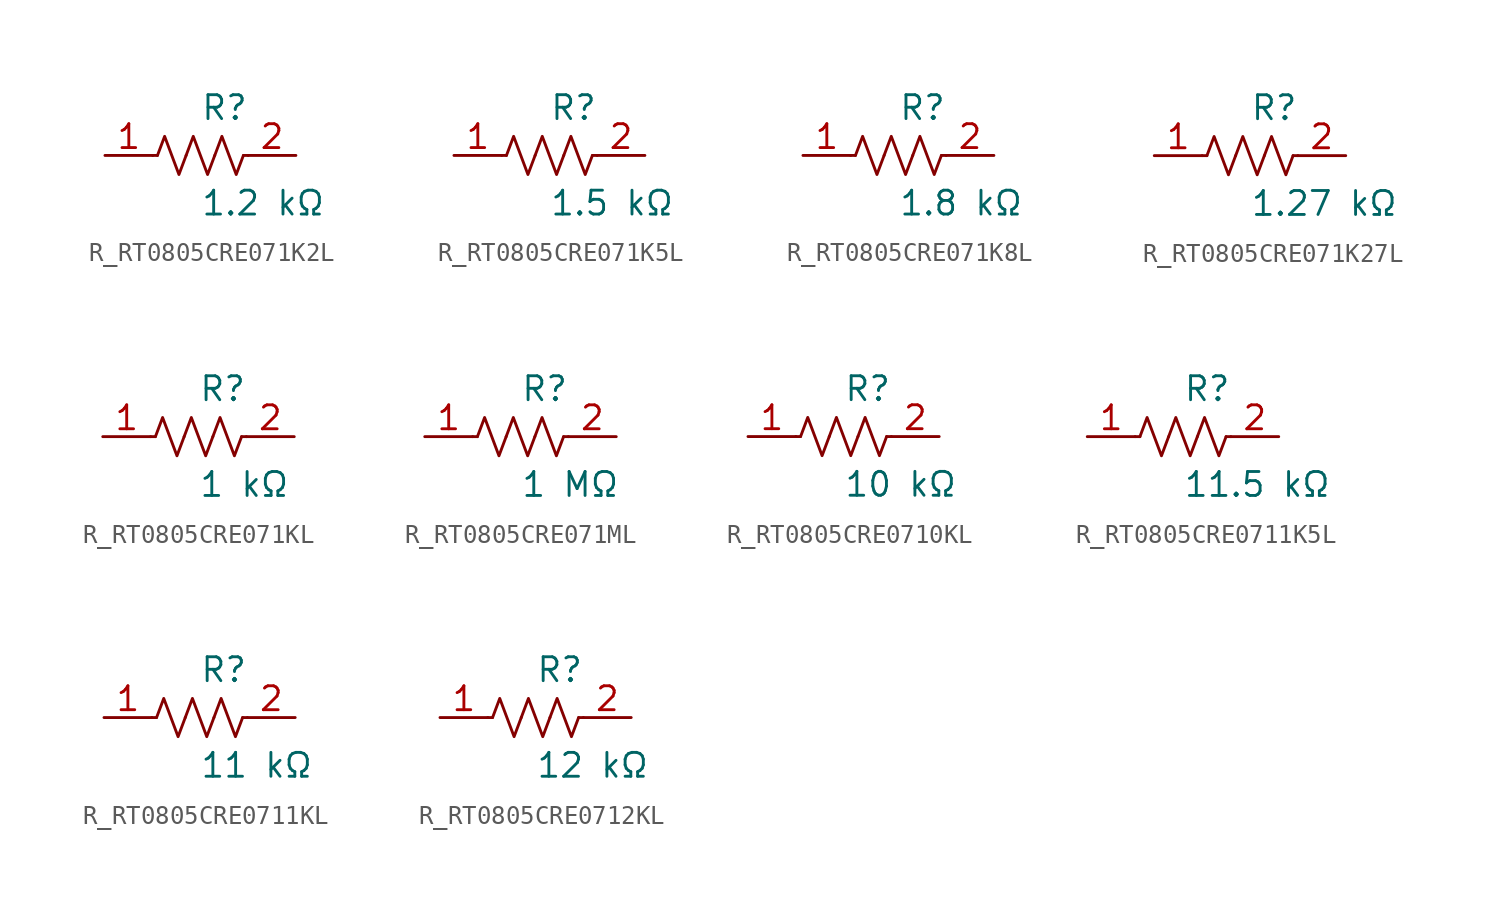
<source format=kicad_sym>
(kicad_symbol_lib
  (version 20231120)
  (generator kicad_symbol_editor)
  (generator_version 8.0)
  (symbol "R_RT0805CRE071K2L"
    (pin_names
      (offset 0.254))
    (property "Reference" "R"
      (at 0 2.54 0)
      (effects (font (size 1.27 1.27)) (justify left)))
    (property "Value" "1.2 kΩ"
      (at 0 -2.54 0)
      (effects (font (size 1.27 1.27)) (justify left)))
    (symbol "R_RT0805CRE071K2L_0_1"
      (polyline (pts (xy 2.286 0) (xy 2.54 0)) (stroke (width 0) (type default)) (fill (type none)))
      (polyline (pts (xy -2.286 0) (xy -2.54 0)) (stroke (width 0) (type default)) (fill (type none)))
      (polyline (pts (xy 0.762 0) (xy 1.143 1.016) (xy 1.524 0) (xy 1.905 -1.016) (xy 2.286 0)) (stroke (width 0) (type default)) (fill (type none)))
      (polyline (pts (xy -0.762 0) (xy -0.381 1.016) (xy 0 0) (xy 0.381 -1.016) (xy 0.762 0)) (stroke (width 0) (type default)) (fill (type none)))
      (polyline (pts (xy -2.286 0) (xy -1.905 1.016) (xy -1.524 0) (xy -1.143 -1.016) (xy -0.762 0)) (stroke (width 0) (type default)) (fill (type none))))
    (pin unspecified line
      (at -5.08 0 0)
      (length 2.54)
      (name "" (effects (font (size 1.27 1.27))))
      (number "1" (effects (font (size 1.27 1.27)))))
    (pin unspecified line
      (at 5.08 0 180)
      (length 2.54)
      (name "" (effects (font (size 1.27 1.27))))
      (number "2" (effects (font (size 1.27 1.27))))))
  (symbol "R_RT0805CRE071K5L"
    (pin_names
      (offset 0.254))
    (property "Reference" "R"
      (at 0 2.54 0)
      (effects (font (size 1.27 1.27)) (justify left)))
    (property "Value" "1.5 kΩ"
      (at 0 -2.54 0)
      (effects (font (size 1.27 1.27)) (justify left)))
    (symbol "R_RT0805CRE071K5L_0_1"
      (polyline (pts (xy 2.286 0) (xy 2.54 0)) (stroke (width 0) (type default)) (fill (type none)))
      (polyline (pts (xy -2.286 0) (xy -2.54 0)) (stroke (width 0) (type default)) (fill (type none)))
      (polyline (pts (xy 0.762 0) (xy 1.143 1.016) (xy 1.524 0) (xy 1.905 -1.016) (xy 2.286 0)) (stroke (width 0) (type default)) (fill (type none)))
      (polyline (pts (xy -0.762 0) (xy -0.381 1.016) (xy 0 0) (xy 0.381 -1.016) (xy 0.762 0)) (stroke (width 0) (type default)) (fill (type none)))
      (polyline (pts (xy -2.286 0) (xy -1.905 1.016) (xy -1.524 0) (xy -1.143 -1.016) (xy -0.762 0)) (stroke (width 0) (type default)) (fill (type none))))
    (pin unspecified line
      (at -5.08 0 0)
      (length 2.54)
      (name "" (effects (font (size 1.27 1.27))))
      (number "1" (effects (font (size 1.27 1.27)))))
    (pin unspecified line
      (at 5.08 0 180)
      (length 2.54)
      (name "" (effects (font (size 1.27 1.27))))
      (number "2" (effects (font (size 1.27 1.27))))))
  (symbol "R_RT0805CRE071K8L"
    (pin_names
      (offset 0.254))
    (property "Reference" "R"
      (at 0 2.54 0)
      (effects (font (size 1.27 1.27)) (justify left)))
    (property "Value" "1.8 kΩ"
      (at 0 -2.54 0)
      (effects (font (size 1.27 1.27)) (justify left)))
    (symbol "R_RT0805CRE071K8L_0_1"
      (polyline (pts (xy 2.286 0) (xy 2.54 0)) (stroke (width 0) (type default)) (fill (type none)))
      (polyline (pts (xy -2.286 0) (xy -2.54 0)) (stroke (width 0) (type default)) (fill (type none)))
      (polyline (pts (xy 0.762 0) (xy 1.143 1.016) (xy 1.524 0) (xy 1.905 -1.016) (xy 2.286 0)) (stroke (width 0) (type default)) (fill (type none)))
      (polyline (pts (xy -0.762 0) (xy -0.381 1.016) (xy 0 0) (xy 0.381 -1.016) (xy 0.762 0)) (stroke (width 0) (type default)) (fill (type none)))
      (polyline (pts (xy -2.286 0) (xy -1.905 1.016) (xy -1.524 0) (xy -1.143 -1.016) (xy -0.762 0)) (stroke (width 0) (type default)) (fill (type none))))
    (pin unspecified line
      (at -5.08 0 0)
      (length 2.54)
      (name "" (effects (font (size 1.27 1.27))))
      (number "1" (effects (font (size 1.27 1.27)))))
    (pin unspecified line
      (at 5.08 0 180)
      (length 2.54)
      (name "" (effects (font (size 1.27 1.27))))
      (number "2" (effects (font (size 1.27 1.27))))))
  (symbol "R_RT0805CRE071K27L"
    (pin_names
      (offset 0.254))
    (property "Reference" "R"
      (at 0 2.54 0)
      (effects (font (size 1.27 1.27)) (justify left)))
    (property "Value" "1.27 kΩ"
      (at 0 -2.54 0)
      (effects (font (size 1.27 1.27)) (justify left)))
    (symbol "R_RT0805CRE071K27L_0_1"
      (polyline (pts (xy 2.286 0) (xy 2.54 0)) (stroke (width 0) (type default)) (fill (type none)))
      (polyline (pts (xy -2.286 0) (xy -2.54 0)) (stroke (width 0) (type default)) (fill (type none)))
      (polyline (pts (xy 0.762 0) (xy 1.143 1.016) (xy 1.524 0) (xy 1.905 -1.016) (xy 2.286 0)) (stroke (width 0) (type default)) (fill (type none)))
      (polyline (pts (xy -0.762 0) (xy -0.381 1.016) (xy 0 0) (xy 0.381 -1.016) (xy 0.762 0)) (stroke (width 0) (type default)) (fill (type none)))
      (polyline (pts (xy -2.286 0) (xy -1.905 1.016) (xy -1.524 0) (xy -1.143 -1.016) (xy -0.762 0)) (stroke (width 0) (type default)) (fill (type none))))
    (pin unspecified line
      (at -5.08 0 0)
      (length 2.54)
      (name "" (effects (font (size 1.27 1.27))))
      (number "1" (effects (font (size 1.27 1.27)))))
    (pin unspecified line
      (at 5.08 0 180)
      (length 2.54)
      (name "" (effects (font (size 1.27 1.27))))
      (number "2" (effects (font (size 1.27 1.27))))))
  (symbol "R_RT0805CRE071KL"
    (pin_names
      (offset 0.254))
    (property "Reference" "R"
      (at 0 2.54 0)
      (effects (font (size 1.27 1.27)) (justify left)))
    (property "Value" "1 kΩ"
      (at 0 -2.54 0)
      (effects (font (size 1.27 1.27)) (justify left)))
    (symbol "R_RT0805CRE071KL_0_1"
      (polyline (pts (xy 2.286 0) (xy 2.54 0)) (stroke (width 0) (type default)) (fill (type none)))
      (polyline (pts (xy -2.286 0) (xy -2.54 0)) (stroke (width 0) (type default)) (fill (type none)))
      (polyline (pts (xy 0.762 0) (xy 1.143 1.016) (xy 1.524 0) (xy 1.905 -1.016) (xy 2.286 0)) (stroke (width 0) (type default)) (fill (type none)))
      (polyline (pts (xy -0.762 0) (xy -0.381 1.016) (xy 0 0) (xy 0.381 -1.016) (xy 0.762 0)) (stroke (width 0) (type default)) (fill (type none)))
      (polyline (pts (xy -2.286 0) (xy -1.905 1.016) (xy -1.524 0) (xy -1.143 -1.016) (xy -0.762 0)) (stroke (width 0) (type default)) (fill (type none))))
    (pin unspecified line
      (at -5.08 0 0)
      (length 2.54)
      (name "" (effects (font (size 1.27 1.27))))
      (number "1" (effects (font (size 1.27 1.27)))))
    (pin unspecified line
      (at 5.08 0 180)
      (length 2.54)
      (name "" (effects (font (size 1.27 1.27))))
      (number "2" (effects (font (size 1.27 1.27))))))
  (symbol "R_RT0805CRE071ML"
    (pin_names
      (offset 0.254))
    (property "Reference" "R"
      (at 0 2.54 0)
      (effects (font (size 1.27 1.27)) (justify left)))
    (property "Value" "1 MΩ"
      (at 0 -2.54 0)
      (effects (font (size 1.27 1.27)) (justify left)))
    (symbol "R_RT0805CRE071ML_0_1"
      (polyline (pts (xy 2.286 0) (xy 2.54 0)) (stroke (width 0) (type default)) (fill (type none)))
      (polyline (pts (xy -2.286 0) (xy -2.54 0)) (stroke (width 0) (type default)) (fill (type none)))
      (polyline (pts (xy 0.762 0) (xy 1.143 1.016) (xy 1.524 0) (xy 1.905 -1.016) (xy 2.286 0)) (stroke (width 0) (type default)) (fill (type none)))
      (polyline (pts (xy -0.762 0) (xy -0.381 1.016) (xy 0 0) (xy 0.381 -1.016) (xy 0.762 0)) (stroke (width 0) (type default)) (fill (type none)))
      (polyline (pts (xy -2.286 0) (xy -1.905 1.016) (xy -1.524 0) (xy -1.143 -1.016) (xy -0.762 0)) (stroke (width 0) (type default)) (fill (type none))))
    (pin unspecified line
      (at -5.08 0 0)
      (length 2.54)
      (name "" (effects (font (size 1.27 1.27))))
      (number "1" (effects (font (size 1.27 1.27)))))
    (pin unspecified line
      (at 5.08 0 180)
      (length 2.54)
      (name "" (effects (font (size 1.27 1.27))))
      (number "2" (effects (font (size 1.27 1.27))))))
  (symbol "R_RT0805CRE0710KL"
    (pin_names
      (offset 0.254))
    (property "Reference" "R"
      (at 0 2.54 0)
      (effects (font (size 1.27 1.27)) (justify left)))
    (property "Value" "10 kΩ"
      (at 0 -2.54 0)
      (effects (font (size 1.27 1.27)) (justify left)))
    (symbol "R_RT0805CRE0710KL_0_1"
      (polyline (pts (xy 2.286 0) (xy 2.54 0)) (stroke (width 0) (type default)) (fill (type none)))
      (polyline (pts (xy -2.286 0) (xy -2.54 0)) (stroke (width 0) (type default)) (fill (type none)))
      (polyline (pts (xy 0.762 0) (xy 1.143 1.016) (xy 1.524 0) (xy 1.905 -1.016) (xy 2.286 0)) (stroke (width 0) (type default)) (fill (type none)))
      (polyline (pts (xy -0.762 0) (xy -0.381 1.016) (xy 0 0) (xy 0.381 -1.016) (xy 0.762 0)) (stroke (width 0) (type default)) (fill (type none)))
      (polyline (pts (xy -2.286 0) (xy -1.905 1.016) (xy -1.524 0) (xy -1.143 -1.016) (xy -0.762 0)) (stroke (width 0) (type default)) (fill (type none))))
    (pin unspecified line
      (at -5.08 0 0)
      (length 2.54)
      (name "" (effects (font (size 1.27 1.27))))
      (number "1" (effects (font (size 1.27 1.27)))))
    (pin unspecified line
      (at 5.08 0 180)
      (length 2.54)
      (name "" (effects (font (size 1.27 1.27))))
      (number "2" (effects (font (size 1.27 1.27))))))
  (symbol "R_RT0805CRE0711K5L"
    (pin_names
      (offset 0.254))
    (property "Reference" "R"
      (at 0 2.54 0)
      (effects (font (size 1.27 1.27)) (justify left)))
    (property "Value" "11.5 kΩ"
      (at 0 -2.54 0)
      (effects (font (size 1.27 1.27)) (justify left)))
    (symbol "R_RT0805CRE0711K5L_0_1"
      (polyline (pts (xy 2.286 0) (xy 2.54 0)) (stroke (width 0) (type default)) (fill (type none)))
      (polyline (pts (xy -2.286 0) (xy -2.54 0)) (stroke (width 0) (type default)) (fill (type none)))
      (polyline (pts (xy 0.762 0) (xy 1.143 1.016) (xy 1.524 0) (xy 1.905 -1.016) (xy 2.286 0)) (stroke (width 0) (type default)) (fill (type none)))
      (polyline (pts (xy -0.762 0) (xy -0.381 1.016) (xy 0 0) (xy 0.381 -1.016) (xy 0.762 0)) (stroke (width 0) (type default)) (fill (type none)))
      (polyline (pts (xy -2.286 0) (xy -1.905 1.016) (xy -1.524 0) (xy -1.143 -1.016) (xy -0.762 0)) (stroke (width 0) (type default)) (fill (type none))))
    (pin unspecified line
      (at -5.08 0 0)
      (length 2.54)
      (name "" (effects (font (size 1.27 1.27))))
      (number "1" (effects (font (size 1.27 1.27)))))
    (pin unspecified line
      (at 5.08 0 180)
      (length 2.54)
      (name "" (effects (font (size 1.27 1.27))))
      (number "2" (effects (font (size 1.27 1.27))))))
  (symbol "R_RT0805CRE0711KL"
    (pin_names
      (offset 0.254))
    (property "Reference" "R"
      (at 0 2.54 0)
      (effects (font (size 1.27 1.27)) (justify left)))
    (property "Value" "11 kΩ"
      (at 0 -2.54 0)
      (effects (font (size 1.27 1.27)) (justify left)))
    (symbol "R_RT0805CRE0711KL_0_1"
      (polyline (pts (xy 2.286 0) (xy 2.54 0)) (stroke (width 0) (type default)) (fill (type none)))
      (polyline (pts (xy -2.286 0) (xy -2.54 0)) (stroke (width 0) (type default)) (fill (type none)))
      (polyline (pts (xy 0.762 0) (xy 1.143 1.016) (xy 1.524 0) (xy 1.905 -1.016) (xy 2.286 0)) (stroke (width 0) (type default)) (fill (type none)))
      (polyline (pts (xy -0.762 0) (xy -0.381 1.016) (xy 0 0) (xy 0.381 -1.016) (xy 0.762 0)) (stroke (width 0) (type default)) (fill (type none)))
      (polyline (pts (xy -2.286 0) (xy -1.905 1.016) (xy -1.524 0) (xy -1.143 -1.016) (xy -0.762 0)) (stroke (width 0) (type default)) (fill (type none))))
    (pin unspecified line
      (at -5.08 0 0)
      (length 2.54)
      (name "" (effects (font (size 1.27 1.27))))
      (number "1" (effects (font (size 1.27 1.27)))))
    (pin unspecified line
      (at 5.08 0 180)
      (length 2.54)
      (name "" (effects (font (size 1.27 1.27))))
      (number "2" (effects (font (size 1.27 1.27))))))
  (symbol "R_RT0805CRE0712KL"
    (pin_names
      (offset 0.254))
    (property "Reference" "R"
      (at 0 2.54 0)
      (effects (font (size 1.27 1.27)) (justify left)))
    (property "Value" "12 kΩ"
      (at 0 -2.54 0)
      (effects (font (size 1.27 1.27)) (justify left)))
    (symbol "R_RT0805CRE0712KL_0_1"
      (polyline (pts (xy 2.286 0) (xy 2.54 0)) (stroke (width 0) (type default)) (fill (type none)))
      (polyline (pts (xy -2.286 0) (xy -2.54 0)) (stroke (width 0) (type default)) (fill (type none)))
      (polyline (pts (xy 0.762 0) (xy 1.143 1.016) (xy 1.524 0) (xy 1.905 -1.016) (xy 2.286 0)) (stroke (width 0) (type default)) (fill (type none)))
      (polyline (pts (xy -0.762 0) (xy -0.381 1.016) (xy 0 0) (xy 0.381 -1.016) (xy 0.762 0)) (stroke (width 0) (type default)) (fill (type none)))
      (polyline (pts (xy -2.286 0) (xy -1.905 1.016) (xy -1.524 0) (xy -1.143 -1.016) (xy -0.762 0)) (stroke (width 0) (type default)) (fill (type none))))
    (pin unspecified line
      (at -5.08 0 0)
      (length 2.54)
      (name "" (effects (font (size 1.27 1.27))))
      (number "1" (effects (font (size 1.27 1.27)))))
    (pin unspecified line
      (at 5.08 0 180)
      (length 2.54)
      (name "" (effects (font (size 1.27 1.27))))
      (number "2" (effects (font (size 1.27 1.27)))))))
</source>
